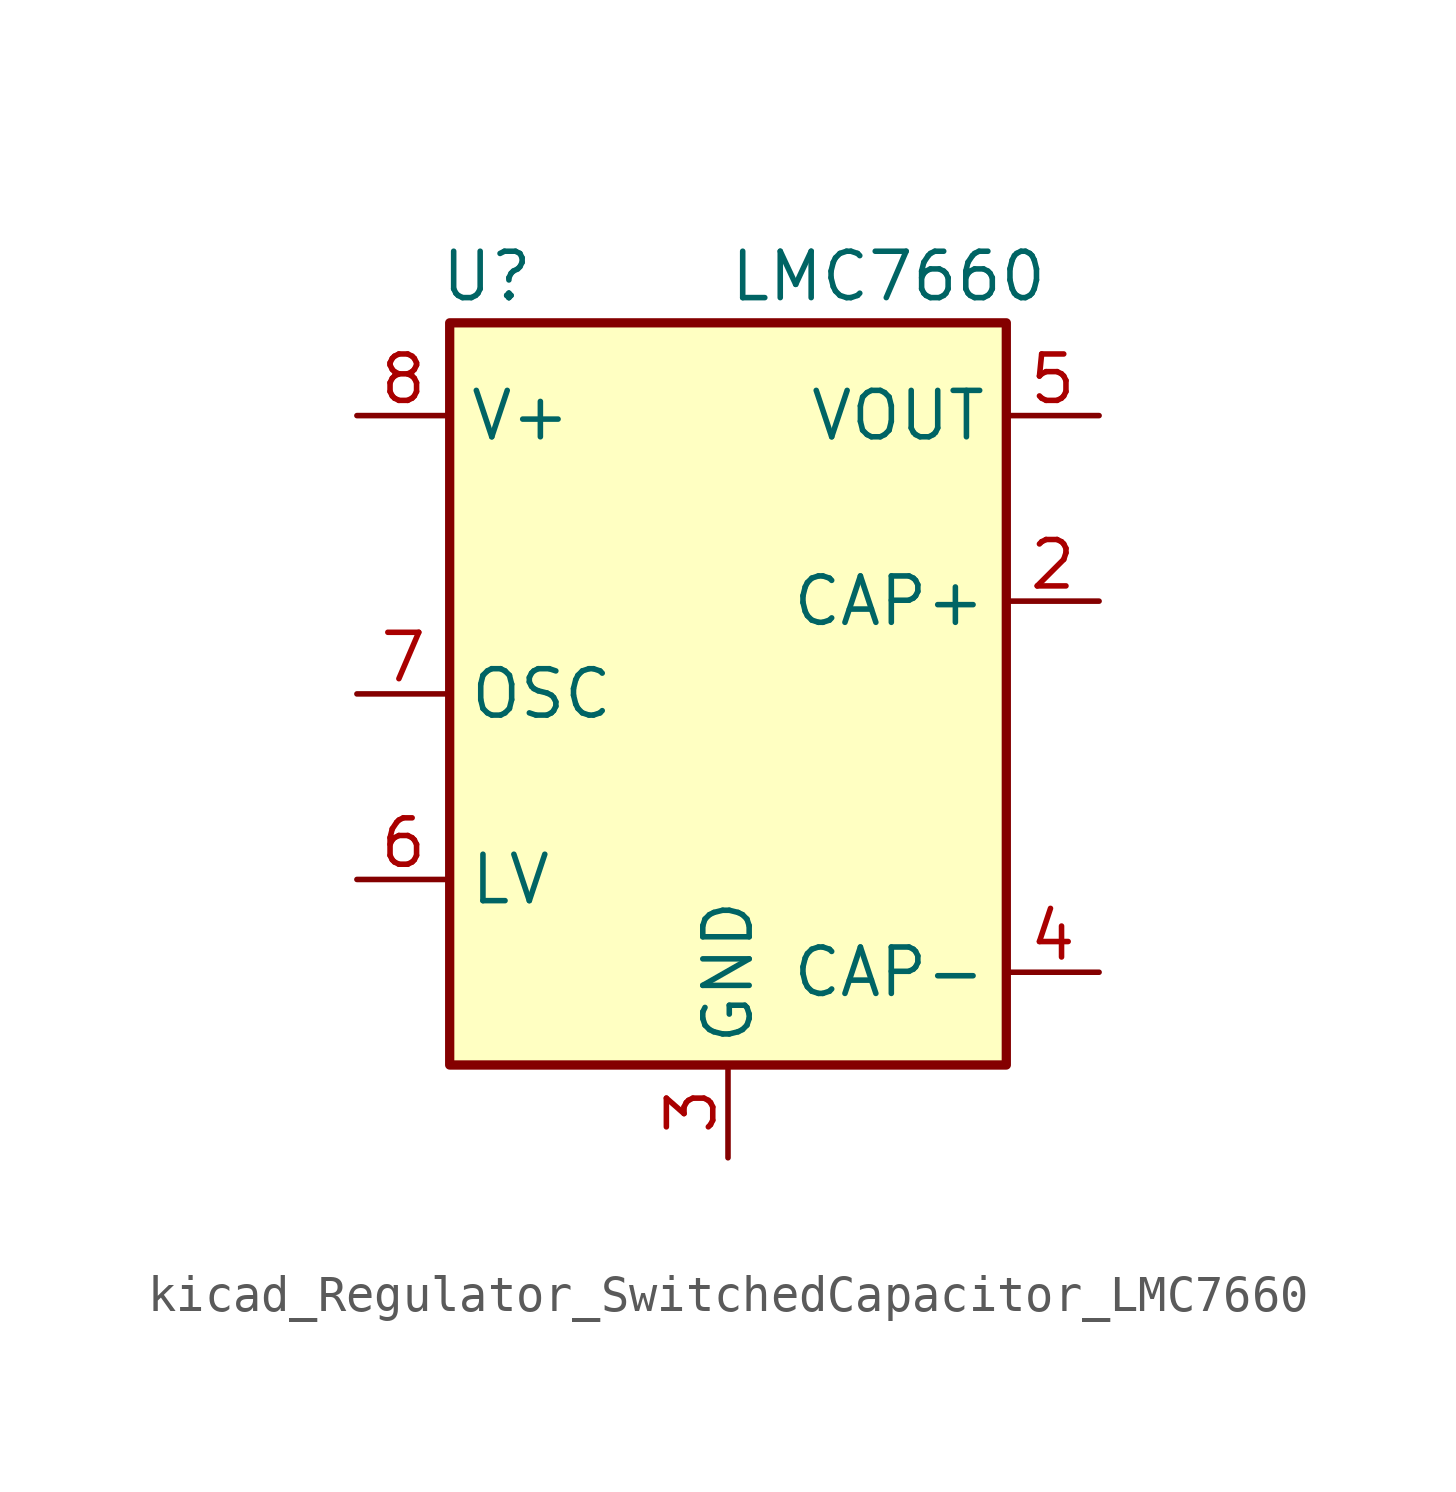
<source format=kicad_sym>
(kicad_symbol_lib
  (version 20220914)
  (generator kicad_symbol_editor)
  (symbol "kicad_Regulator_SwitchedCapacitor_LMC7660"
    (property "Reference" "U"
      (at -6.604 11.43 0)
      (effects (font (size 1.27 1.27))))
    (property "Value" "LMC7660"
      (at 0 11.43 0)
      (effects (font (size 1.27 1.27)) (justify left)))
    (symbol "kicad_Regulator_SwitchedCapacitor_LMC7660_0_1"
      (rectangle (start -7.62 10.16) (end 7.62 -10.16) (stroke (width 0.254) (type default)) (fill (type background))))
    (symbol "kicad_Regulator_SwitchedCapacitor_LMC7660_1_1"
      (pin no_connect line (at -7.62 5.08 0) (length 2.54) hide (name "NC" (effects (font (size 1.27 1.27)))) (number "1" (effects (font (size 1.27 1.27)))))
      (pin input line (at 10.16 2.54 180) (length 2.54) (name "CAP+" (effects (font (size 1.27 1.27)))) (number "2" (effects (font (size 1.27 1.27)))))
      (pin power_in line (at 0 -12.7 90) (length 2.54) (name "GND" (effects (font (size 1.27 1.27)))) (number "3" (effects (font (size 1.27 1.27)))))
      (pin input line (at 10.16 -7.62 180) (length 2.54) (name "CAP-" (effects (font (size 1.27 1.27)))) (number "4" (effects (font (size 1.27 1.27)))))
      (pin power_out line (at 10.16 7.62 180) (length 2.54) (name "VOUT" (effects (font (size 1.27 1.27)))) (number "5" (effects (font (size 1.27 1.27)))))
      (pin input line (at -10.16 -5.08 0) (length 2.54) (name "LV" (effects (font (size 1.27 1.27)))) (number "6" (effects (font (size 1.27 1.27)))))
      (pin input line (at -10.16 0 0) (length 2.54) (name "OSC" (effects (font (size 1.27 1.27)))) (number "7" (effects (font (size 1.27 1.27)))))
      (pin power_in line (at -10.16 7.62 0) (length 2.54) (name "V+" (effects (font (size 1.27 1.27)))) (number "8" (effects (font (size 1.27 1.27))))))))
</source>
